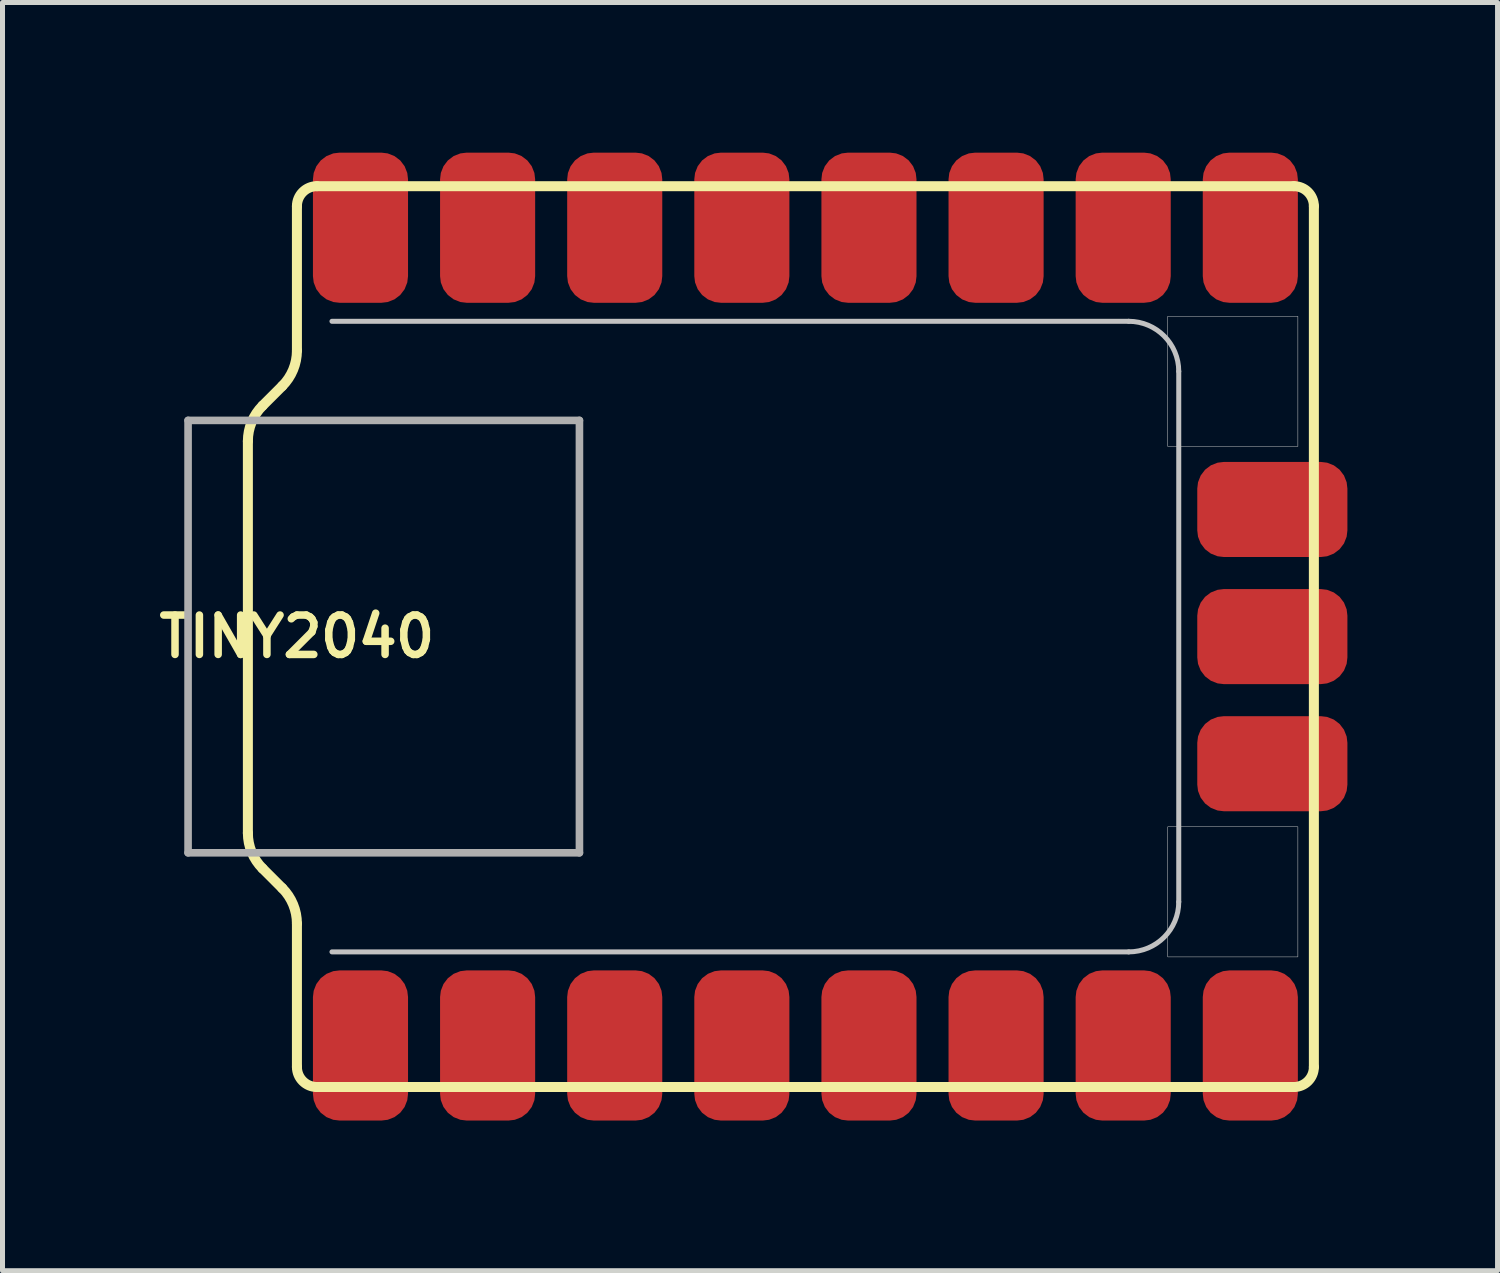
<source format=kicad_pcb>
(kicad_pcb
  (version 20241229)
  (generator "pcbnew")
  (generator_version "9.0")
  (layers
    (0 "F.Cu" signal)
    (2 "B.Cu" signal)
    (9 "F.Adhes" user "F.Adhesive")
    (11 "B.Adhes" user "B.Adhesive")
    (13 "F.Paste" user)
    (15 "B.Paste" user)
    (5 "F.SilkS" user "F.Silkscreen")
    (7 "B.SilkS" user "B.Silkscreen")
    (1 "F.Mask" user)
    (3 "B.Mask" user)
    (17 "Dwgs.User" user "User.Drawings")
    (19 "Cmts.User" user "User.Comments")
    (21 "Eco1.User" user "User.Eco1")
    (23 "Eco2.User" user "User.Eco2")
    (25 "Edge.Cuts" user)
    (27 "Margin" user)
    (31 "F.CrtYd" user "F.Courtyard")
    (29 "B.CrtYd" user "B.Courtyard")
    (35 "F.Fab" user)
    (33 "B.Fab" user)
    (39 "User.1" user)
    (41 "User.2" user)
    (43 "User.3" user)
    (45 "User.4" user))
  (footprint "TINY2040"
    (layer "F.Cu")
    (at 2.883 9.67)
    (property "Reference" "TINY2040" (at 0 0 0) (layer "F.SilkS") (effects (font (size 0.787 0.787) (thickness 0.15))))
    (attr through_hole)
    (fp_line (start -0.98 3.926) (end -0.98 -3.906) (stroke (width 0.2) (type solid)) (layer "F.SilkS"))
    (fp_line (start -0.687 -4.613) (end -0.293 -5.007) (stroke (width 0.2) (type solid)) (layer "F.SilkS"))
    (fp_line (start -0.293 5.027) (end -0.687 4.633) (stroke (width 0.2) (type solid)) (layer "F.SilkS"))
    (fp_line (start 0 -5.714) (end 0 -8.6) (stroke (width 0.2) (type solid)) (layer "F.SilkS"))
    (fp_line (start 0 8.6) (end 0 5.734) (stroke (width 0.2) (type solid)) (layer "F.SilkS"))
    (fp_line (start 0.4 -9) (end 19.92 -9) (stroke (width 0.2) (type solid)) (layer "F.SilkS"))
    (fp_line (start 19.92 9) (end 0.4 9) (stroke (width 0.2) (type solid)) (layer "F.SilkS"))
    (fp_line (start 20.32 8.6) (end 20.32 -8.6) (stroke (width 0.2) (type solid)) (layer "F.SilkS"))
    (fp_arc (start -0.98 -3.90579) (mid -0.903879 -4.28847) (end -0.687106 -4.61289) (stroke (width 0.2) (type solid)) (layer "F.SilkS"))
    (fp_arc (start -0.687106 4.63289) (mid -0.903878 4.30847) (end -0.98 3.92579) (stroke (width 0.2) (type solid)) (layer "F.SilkS"))
    (fp_arc (start -0.292894 5.02711) (mid -0.076122 5.35153) (end 0 5.73421) (stroke (width 0.2) (type solid)) (layer "F.SilkS"))
    (fp_arc (start 0 -8.6) (mid 0.117157 -8.882843) (end 0.4 -9) (stroke (width 0.2) (type solid)) (layer "F.SilkS"))
    (fp_arc (start 0 -5.71421) (mid -0.076121 -5.33153) (end -0.292894 -5.00711) (stroke (width 0.2) (type solid)) (layer "F.SilkS"))
    (fp_arc (start 0.4 9) (mid 0.117157 8.882843) (end 0 8.6) (stroke (width 0.2) (type solid)) (layer "F.SilkS"))
    (fp_arc (start 19.92 -9) (mid 20.202843 -8.882843) (end 20.32 -8.6) (stroke (width 0.2) (type solid)) (layer "F.SilkS"))
    (fp_arc (start 20.32 8.6) (mid 20.202843 8.882843) (end 19.92 9) (stroke (width 0.2) (type solid)) (layer "F.SilkS"))
    (fp_line (start 0.7 -6.3) (end 16.62 -6.3) (stroke (width 0.1) (type solid)) (layer "Dwgs.User"))
    (fp_line (start 16.62 6.3) (end 0.7 6.3) (stroke (width 0.1) (type solid)) (layer "Dwgs.User"))
    (fp_line (start 17.62 -5.3) (end 17.62 5.3) (stroke (width 0.1) (type solid)) (layer "Dwgs.User"))
    (fp_arc (start 16.62 -6.3) (mid 17.327107 -6.007107) (end 17.62 -5.3) (stroke (width 0.1) (type solid)) (layer "Dwgs.User"))
    (fp_arc (start 17.62 5.3) (mid 17.327107 6.007107) (end 16.62 6.3) (stroke (width 0.1) (type solid)) (layer "Dwgs.User"))
    (fp_poly (pts (xy 17.4 -6.4) (xy 20 -6.4) (xy 20 -3.8) (xy 17.4 -3.8)) (stroke (width 0.01) (type solid)) (fill no) (layer "Dwgs.User"))
    (fp_poly (pts (xy 17.4 3.8) (xy 20 3.8) (xy 20 6.4) (xy 17.4 6.4)) (stroke (width 0.01) (type solid)) (fill no) (layer "Dwgs.User"))
    (fp_line (start -2.175 -4.32) (end -2.175 4.32) (stroke (width 0.152) (type solid)) (layer "F.Fab"))
    (fp_line (start -2.175 -4.32) (end 5.645 -4.32) (stroke (width 0.152) (type solid)) (layer "F.Fab"))
    (fp_line (start 1.225 -4.32) (end -0.375 -4.32) (stroke (width 0.01) (type solid)) (layer "F.Fab"))
    (fp_line (start 5.645 -4.32) (end 3.555 -4.32) (stroke (width 0.01) (type solid)) (layer "F.Fab"))
    (fp_line (start 5.645 -4.32) (end 5.645 4.32) (stroke (width 0.152) (type solid)) (layer "F.Fab"))
    (fp_line (start 5.645 4.32) (end -2.175 4.32) (stroke (width 0.152) (type solid)) (layer "F.Fab"))
    (fp_line (start 5.645 4.32) (end 3.555 4.32) (stroke (width 0.01) (type solid)) (layer "F.Fab"))
    (fp_line (start 5.655 -4.32) (end 5.645 -4.32) (stroke (width 0.01) (type solid)) (layer "F.Fab"))
    (fp_line (start 5.655 4.32) (end 5.645 4.32) (stroke (width 0.01) (type solid)) (layer "F.Fab"))
    (pad "0" smd roundrect (at 1.27 -8.17) (size 1.9 3) (layers "F.Cu" "F.Mask" "F.Paste") (roundrect_rratio 0.28))
    (pad "1" smd roundrect (at 3.81 -8.17) (size 1.9 3) (layers "F.Cu" "F.Mask" "F.Paste") (roundrect_rratio 0.28))
    (pad "2" smd roundrect (at 6.35 -8.17) (size 1.9 3) (layers "F.Cu" "F.Mask" "F.Paste") (roundrect_rratio 0.28))
    (pad "3" smd roundrect (at 8.89 -8.17) (size 1.9 3) (layers "F.Cu" "F.Mask" "F.Paste") (roundrect_rratio 0.28))
    (pad "3V3" smd roundrect (at 6.35 8.17) (size 1.9 3) (layers "F.Cu" "F.Mask" "F.Paste") (roundrect_rratio 0.28))
    (pad "4" smd roundrect (at 11.43 -8.17) (size 1.9 3) (layers "F.Cu" "F.Mask" "F.Paste") (roundrect_rratio 0.28))
    (pad "5" smd roundrect (at 13.97 -8.17) (size 1.9 3) (layers "F.Cu" "F.Mask" "F.Paste") (roundrect_rratio 0.28))
    (pad "5V" smd roundrect (at 1.27 8.17) (size 1.9 3) (layers "F.Cu" "F.Mask" "F.Paste") (roundrect_rratio 0.28))
    (pad "6" smd roundrect (at 16.51 -8.17) (size 1.9 3) (layers "F.Cu" "F.Mask" "F.Paste") (roundrect_rratio 0.28))
    (pad "7" smd roundrect (at 19.05 -8.17) (size 1.9 3) (layers "F.Cu" "F.Mask" "F.Paste") (roundrect_rratio 0.28))
    (pad "A0" smd roundrect (at 16.51 8.17) (size 1.9 3) (layers "F.Cu" "F.Mask" "F.Paste") (roundrect_rratio 0.28))
    (pad "A1" smd roundrect (at 13.97 8.17) (size 1.9 3) (layers "F.Cu" "F.Mask" "F.Paste") (roundrect_rratio 0.28))
    (pad "A2" smd roundrect (at 11.43 8.17) (size 1.9 3) (layers "F.Cu" "F.Mask" "F.Paste") (roundrect_rratio 0.28))
    (pad "A3" smd roundrect (at 8.89 8.17) (size 1.9 3) (layers "F.Cu" "F.Mask" "F.Paste") (roundrect_rratio 0.28))
    (pad "GND1" smd roundrect (at 3.81 8.17) (size 1.9 3) (layers "F.Cu" "F.Mask" "F.Paste") (roundrect_rratio 0.28))
    (pad "GND2" smd roundrect (at 19.05 8.17) (size 1.9 3) (layers "F.Cu" "F.Mask" "F.Paste") (roundrect_rratio 0.28))
    (pad "GND3" smd roundrect (at 19.49 0) (size 3 1.9) (layers "F.Cu" "F.Mask" "F.Paste") (roundrect_rratio 0.28))
    (pad "SWCLK" smd roundrect (at 19.49 2.54) (size 3 1.9) (layers "F.Cu" "F.Mask" "F.Paste") (roundrect_rratio 0.28))
    (pad "SWDIO" smd roundrect (at 19.49 -2.54) (size 3 1.9) (layers "F.Cu" "F.Mask" "F.Paste") (roundrect_rratio 0.28)))
  (gr_rect
    (start -3 -3)
    (end 26.873 22.34)
    (stroke (width 0.1) (type default))
    (fill no)
    (layer "Edge.Cuts")))
</source>
